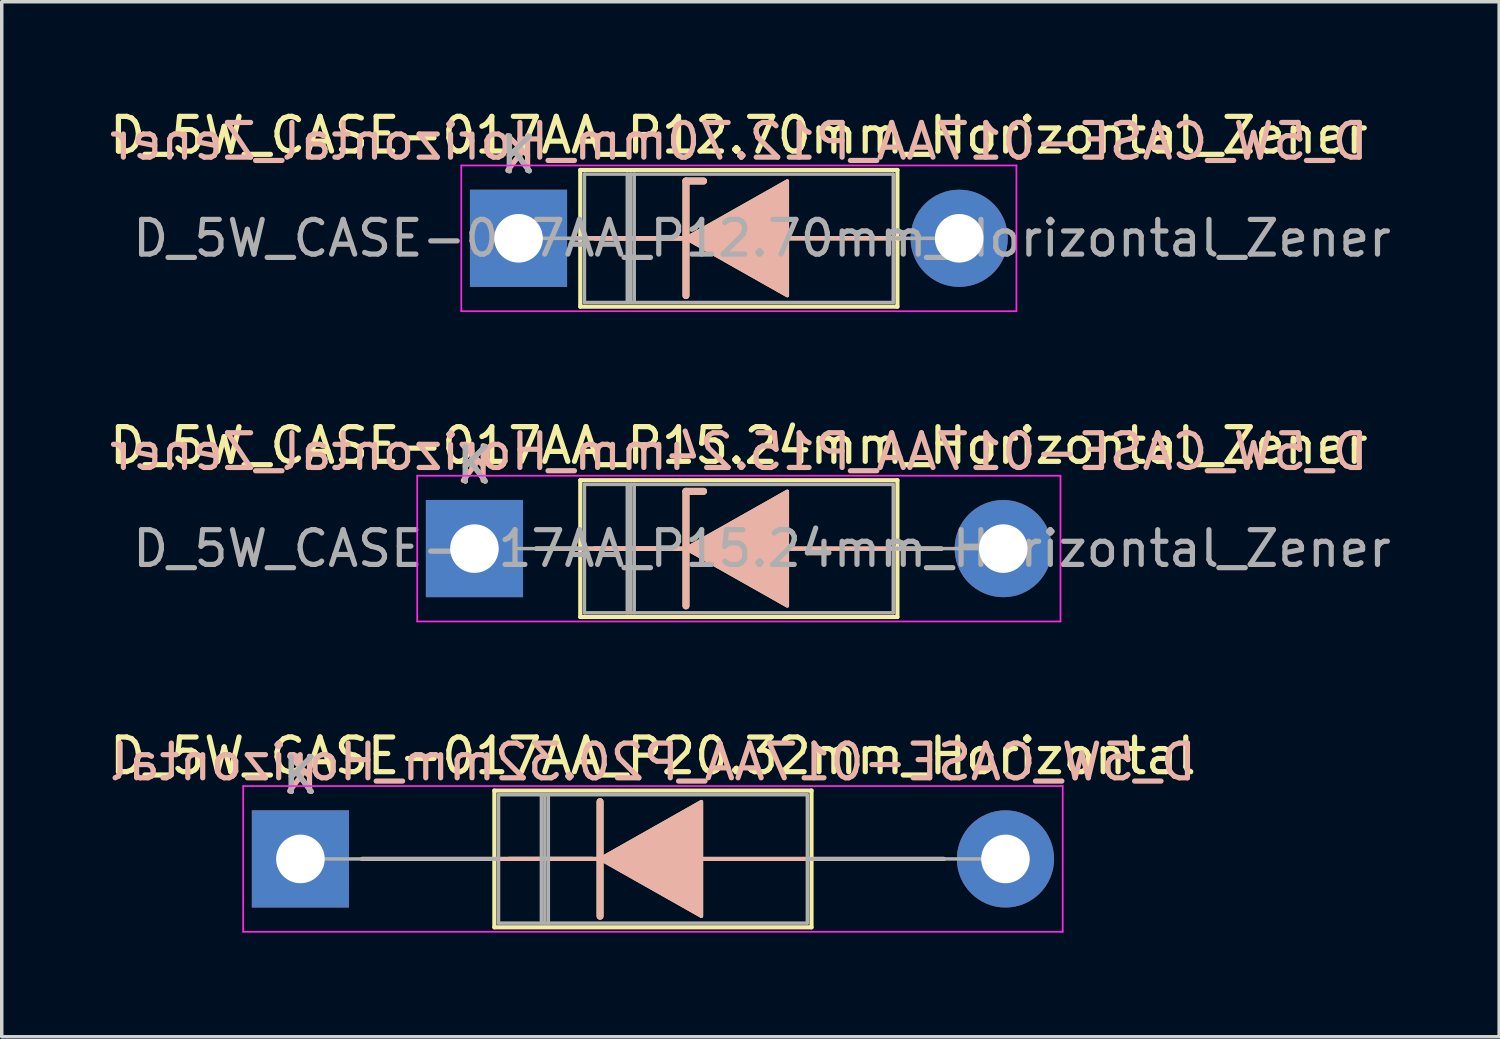
<source format=kicad_pcb>
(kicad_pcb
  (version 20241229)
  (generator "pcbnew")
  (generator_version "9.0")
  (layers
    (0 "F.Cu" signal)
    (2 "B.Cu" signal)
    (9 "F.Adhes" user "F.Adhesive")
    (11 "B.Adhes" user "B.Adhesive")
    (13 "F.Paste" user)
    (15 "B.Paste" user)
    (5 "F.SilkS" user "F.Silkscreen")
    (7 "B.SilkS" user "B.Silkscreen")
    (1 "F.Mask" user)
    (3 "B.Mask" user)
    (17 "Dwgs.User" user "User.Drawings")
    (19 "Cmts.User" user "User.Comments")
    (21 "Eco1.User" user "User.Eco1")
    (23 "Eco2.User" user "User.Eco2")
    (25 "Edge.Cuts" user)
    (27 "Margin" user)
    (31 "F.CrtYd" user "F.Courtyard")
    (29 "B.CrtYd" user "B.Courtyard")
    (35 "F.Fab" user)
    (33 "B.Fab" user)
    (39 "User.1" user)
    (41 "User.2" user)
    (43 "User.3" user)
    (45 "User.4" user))
  (footprint "D_5W_CASE-017AA_P15.24mm_Horizontal_Zener"
    (layer "F.Cu")
    (at 10.624 12.761)
    (property "Reference" "D_5W_CASE-017AA_P15.24mm_Horizontal_Zener" (at 7.62 -2.97 0) (layer "F.SilkS") (effects (font (size 1 1) (thickness 0.15))))
    (fp_line (start 1.778 0) (end 6.096 0) (stroke (width 0.12) (type solid)) (layer "F.SilkS"))
    (fp_line (start 3.05 -1.97) (end 3.05 1.97) (stroke (width 0.12) (type solid)) (layer "F.SilkS"))
    (fp_line (start 3.05 1.97) (end 12.19 1.97) (stroke (width 0.12) (type solid)) (layer "F.SilkS"))
    (fp_line (start 5.87 0) (end 3.47 0) (stroke (width 0.12) (type solid)) (layer "F.SilkS"))
    (fp_line (start 6.096 -1.651) (end 6.096 1.651) (stroke (width 0.2) (type solid)) (layer "F.SilkS"))
    (fp_line (start 6.096 -1.651) (end 6.604 -1.651) (stroke (width 0.2) (type solid)) (layer "F.SilkS"))
    (fp_line (start 12.19 -1.97) (end 3.05 -1.97) (stroke (width 0.12) (type solid)) (layer "F.SilkS"))
    (fp_line (start 12.19 1.97) (end 12.19 -1.97) (stroke (width 0.12) (type solid)) (layer "F.SilkS"))
    (fp_line (start 13.462 0) (end 8.89 0) (stroke (width 0.12) (type solid)) (layer "F.SilkS"))
    (fp_poly (pts (xy 9.017 1.651) (xy 6.096 0) (xy 9.017 -1.651)) (stroke (width 0.1) (type solid)) (fill yes) (layer "F.SilkS"))
    (fp_line (start 1.778 0) (end 6.096 0) (stroke (width 0.12) (type solid)) (layer "B.SilkS"))
    (fp_line (start 5.87 0) (end 3.47 0) (stroke (width 0.12) (type solid)) (layer "B.SilkS"))
    (fp_line (start 6.096 -1.651) (end 6.604 -1.651) (stroke (width 0.2) (type solid)) (layer "B.SilkS"))
    (fp_line (start 6.096 1.651) (end 6.096 -1.651) (stroke (width 0.2) (type solid)) (layer "B.SilkS"))
    (fp_line (start 13.462 0) (end 8.89 0) (stroke (width 0.12) (type solid)) (layer "B.SilkS"))
    (fp_poly (pts (xy 9.017 -1.651) (xy 6.096 0) (xy 9.017 1.651)) (stroke (width 0.1) (type solid)) (fill yes) (layer "B.SilkS"))
    (fp_line (start -1.65 -2.1) (end -1.65 2.1) (stroke (width 0.05) (type solid)) (layer "F.CrtYd"))
    (fp_line (start -1.65 2.1) (end 16.89 2.1) (stroke (width 0.05) (type solid)) (layer "F.CrtYd"))
    (fp_line (start 16.89 -2.1) (end -1.65 -2.1) (stroke (width 0.05) (type solid)) (layer "F.CrtYd"))
    (fp_line (start 16.89 2.1) (end 16.89 -2.1) (stroke (width 0.05) (type solid)) (layer "F.CrtYd"))
    (fp_line (start 1.27 0) (end 3.17 0) (stroke (width 0.1) (type solid)) (layer "F.Fab"))
    (fp_line (start 3.17 -1.85) (end 3.17 1.85) (stroke (width 0.1) (type solid)) (layer "F.Fab"))
    (fp_line (start 3.17 1.85) (end 12.07 1.85) (stroke (width 0.1) (type solid)) (layer "F.Fab"))
    (fp_line (start 4.405 -1.85) (end 4.405 1.85) (stroke (width 0.1) (type solid)) (layer "F.Fab"))
    (fp_line (start 4.505 -1.85) (end 4.505 1.85) (stroke (width 0.1) (type solid)) (layer "F.Fab"))
    (fp_line (start 4.605 -1.85) (end 4.605 1.85) (stroke (width 0.1) (type solid)) (layer "F.Fab"))
    (fp_line (start 12.07 -1.85) (end 3.17 -1.85) (stroke (width 0.1) (type solid)) (layer "F.Fab"))
    (fp_line (start 12.07 1.85) (end 12.07 -1.85) (stroke (width 0.1) (type solid)) (layer "F.Fab"))
    (fp_line (start 15.24 0) (end 12.07 0) (stroke (width 0.1) (type solid)) (layer "F.Fab"))
    (fp_text user "K" (at 0 -2.4 0) (layer "F.SilkS") (effects (font (size 1 1) (thickness 0.15))))
    (fp_text user "${REFERENCE}" (at 7.62 -2.794 0) (layer "B.SilkS") (effects (font (size 1 1) (thickness 0.15)) (justify mirror)))
    (fp_text user "K" (at -0.012 -2.421 0) (layer "B.SilkS") (effects (font (size 1 1) (thickness 0.15)) (justify mirror)))
    (fp_text user "${REFERENCE}" (at 8.287 0 0) (layer "F.Fab") (effects (font (size 1 1) (thickness 0.15))))
    (fp_text user "K" (at 0 -2.4 0) (layer "F.Fab") (effects (font (size 1 1) (thickness 0.15))))
    (pad "1" thru_hole rect (at 0 0) (size 2.8 2.8) (drill 1.4) (layers "*.Cu" "*.Mask"))
    (pad "2" thru_hole oval (at 15.24 0) (size 2.8 2.8) (drill 1.4) (layers "*.Cu" "*.Mask")))
  (footprint "D_5W_CASE-017AA_P12.70mm_Horizontal_Zener"
    (layer "F.Cu")
    (at 11.894 3.818)
    (property "Reference" "D_5W_CASE-017AA_P12.70mm_Horizontal_Zener" (at 6.35 -2.97 0) (layer "F.SilkS") (effects (font (size 1 1) (thickness 0.15))))
    (fp_line (start 1.64 0) (end 1.78 0) (stroke (width 0.12) (type solid)) (layer "F.SilkS"))
    (fp_line (start 1.78 -1.97) (end 1.78 1.97) (stroke (width 0.12) (type solid)) (layer "F.SilkS"))
    (fp_line (start 1.78 0) (end 4.826 0) (stroke (width 0.12) (type solid)) (layer "F.SilkS"))
    (fp_line (start 1.78 1.97) (end 10.92 1.97) (stroke (width 0.12) (type solid)) (layer "F.SilkS"))
    (fp_line (start 4.699 0) (end 2.2 0) (stroke (width 0.12) (type solid)) (layer "F.SilkS"))
    (fp_line (start 4.826 -1.651) (end 4.826 1.651) (stroke (width 0.2) (type solid)) (layer "F.SilkS"))
    (fp_line (start 4.826 -1.651) (end 5.334 -1.651) (stroke (width 0.2) (type solid)) (layer "F.SilkS"))
    (fp_line (start 10.92 -1.97) (end 1.78 -1.97) (stroke (width 0.12) (type solid)) (layer "F.SilkS"))
    (fp_line (start 10.92 0) (end 7.62 0) (stroke (width 0.12) (type solid)) (layer "F.SilkS"))
    (fp_line (start 10.92 1.97) (end 10.92 -1.97) (stroke (width 0.12) (type solid)) (layer "F.SilkS"))
    (fp_line (start 11.06 0) (end 10.92 0) (stroke (width 0.12) (type solid)) (layer "F.SilkS"))
    (fp_poly (pts (xy 7.747 1.651) (xy 4.826 0) (xy 7.747 -1.651)) (stroke (width 0.1) (type solid)) (fill yes) (layer "F.SilkS"))
    (fp_line (start 1.64 0) (end 1.78 0) (stroke (width 0.12) (type solid)) (layer "B.SilkS"))
    (fp_line (start 1.78 0) (end 4.826 0) (stroke (width 0.12) (type solid)) (layer "B.SilkS"))
    (fp_line (start 4.699 0) (end 2.2 0) (stroke (width 0.12) (type solid)) (layer "B.SilkS"))
    (fp_line (start 4.826 -1.651) (end 5.334 -1.651) (stroke (width 0.2) (type solid)) (layer "B.SilkS"))
    (fp_line (start 4.826 1.651) (end 4.826 -1.651) (stroke (width 0.2) (type solid)) (layer "B.SilkS"))
    (fp_line (start 10.92 0) (end 7.62 0) (stroke (width 0.12) (type solid)) (layer "B.SilkS"))
    (fp_line (start 11.06 0) (end 10.92 0) (stroke (width 0.12) (type solid)) (layer "B.SilkS"))
    (fp_poly (pts (xy 7.747 -1.651) (xy 4.826 0) (xy 7.747 1.651)) (stroke (width 0.1) (type solid)) (fill yes) (layer "B.SilkS"))
    (fp_line (start -1.65 -2.1) (end -1.65 2.1) (stroke (width 0.05) (type solid)) (layer "F.CrtYd"))
    (fp_line (start -1.65 2.1) (end 14.35 2.1) (stroke (width 0.05) (type solid)) (layer "F.CrtYd"))
    (fp_line (start 14.35 -2.1) (end -1.65 -2.1) (stroke (width 0.05) (type solid)) (layer "F.CrtYd"))
    (fp_line (start 14.35 2.1) (end 14.35 -2.1) (stroke (width 0.05) (type solid)) (layer "F.CrtYd"))
    (fp_line (start 0 0) (end 1.9 0) (stroke (width 0.1) (type solid)) (layer "F.Fab"))
    (fp_line (start 1.9 -1.85) (end 1.9 1.85) (stroke (width 0.1) (type solid)) (layer "F.Fab"))
    (fp_line (start 1.9 1.85) (end 10.8 1.85) (stroke (width 0.1) (type solid)) (layer "F.Fab"))
    (fp_line (start 3.135 -1.85) (end 3.135 1.85) (stroke (width 0.1) (type solid)) (layer "F.Fab"))
    (fp_line (start 3.235 -1.85) (end 3.235 1.85) (stroke (width 0.1) (type solid)) (layer "F.Fab"))
    (fp_line (start 3.335 -1.85) (end 3.335 1.85) (stroke (width 0.1) (type solid)) (layer "F.Fab"))
    (fp_line (start 10.8 -1.85) (end 1.9 -1.85) (stroke (width 0.1) (type solid)) (layer "F.Fab"))
    (fp_line (start 10.8 1.85) (end 10.8 -1.85) (stroke (width 0.1) (type solid)) (layer "F.Fab"))
    (fp_line (start 12.7 0) (end 10.8 0) (stroke (width 0.1) (type solid)) (layer "F.Fab"))
    (fp_text user "K" (at 0 -2.4 0) (layer "F.SilkS") (effects (font (size 1 1) (thickness 0.15))))
    (fp_text user "${REFERENCE}" (at 6.35 -2.794 0) (layer "B.SilkS") (effects (font (size 1 1) (thickness 0.15)) (justify mirror)))
    (fp_text user "K" (at 0 -2.413 0) (layer "B.SilkS") (effects (font (size 1 1) (thickness 0.15)) (justify mirror)))
    (fp_text user "K" (at 0 -2.4 0) (layer "F.Fab") (effects (font (size 1 1) (thickness 0.15))))
    (fp_text user "${REFERENCE}" (at 7.018 0 0) (layer "F.Fab") (effects (font (size 1 1) (thickness 0.15))))
    (pad "1" thru_hole rect (at 0 0) (size 2.8 2.8) (drill 1.4) (layers "*.Cu" "*.Mask"))
    (pad "2" thru_hole oval (at 12.7 0) (size 2.8 2.8) (drill 1.4) (layers "*.Cu" "*.Mask")))
  (footprint "D_5W_CASE-017AA_P20.32mm_Horizontal"
    (layer "F.Cu")
    (at 5.608 21.705)
    (property "Reference" "D_5W_CASE-017AA_P20.32mm_Horizontal" (at 10.16 -2.97 0) (layer "F.SilkS") (effects (font (size 1 1) (thickness 0.15))))
    (fp_line (start 1.778 0) (end 8.41 0) (stroke (width 0.12) (type solid)) (layer "F.SilkS"))
    (fp_line (start 5.59 -1.97) (end 5.59 1.97) (stroke (width 0.12) (type solid)) (layer "F.SilkS"))
    (fp_line (start 5.59 1.97) (end 14.73 1.97) (stroke (width 0.12) (type solid)) (layer "F.SilkS"))
    (fp_line (start 8.636 -1.651) (end 8.636 1.651) (stroke (width 0.2) (type solid)) (layer "F.SilkS"))
    (fp_line (start 8.636 0) (end 6.01 0) (stroke (width 0.12) (type solid)) (layer "F.SilkS"))
    (fp_line (start 14.73 -1.97) (end 5.59 -1.97) (stroke (width 0.12) (type solid)) (layer "F.SilkS"))
    (fp_line (start 14.73 1.97) (end 14.73 -1.97) (stroke (width 0.12) (type solid)) (layer "F.SilkS"))
    (fp_line (start 18.542 0) (end 11.43 0) (stroke (width 0.12) (type solid)) (layer "F.SilkS"))
    (fp_poly (pts (xy 11.557 1.651) (xy 8.636 0) (xy 11.557 -1.651)) (stroke (width 0.1) (type solid)) (fill yes) (layer "F.SilkS"))
    (fp_line (start 1.778 0) (end 8.41 0) (stroke (width 0.12) (type solid)) (layer "B.SilkS"))
    (fp_line (start 8.636 0) (end 6.01 0) (stroke (width 0.12) (type solid)) (layer "B.SilkS"))
    (fp_line (start 8.636 1.651) (end 8.636 -1.651) (stroke (width 0.2) (type solid)) (layer "B.SilkS"))
    (fp_line (start 18.542 0) (end 11.43 0) (stroke (width 0.12) (type solid)) (layer "B.SilkS"))
    (fp_poly (pts (xy 11.557 -1.651) (xy 8.636 0) (xy 11.557 1.651)) (stroke (width 0.1) (type solid)) (fill yes) (layer "B.SilkS"))
    (fp_line (start -1.65 -2.1) (end -1.65 2.1) (stroke (width 0.05) (type solid)) (layer "F.CrtYd"))
    (fp_line (start -1.65 2.1) (end 21.97 2.1) (stroke (width 0.05) (type solid)) (layer "F.CrtYd"))
    (fp_line (start 21.97 -2.1) (end -1.65 -2.1) (stroke (width 0.05) (type solid)) (layer "F.CrtYd"))
    (fp_line (start 21.97 2.1) (end 21.97 -2.1) (stroke (width 0.05) (type solid)) (layer "F.CrtYd"))
    (fp_line (start 0 0) (end 5.71 0) (stroke (width 0.1) (type solid)) (layer "F.Fab"))
    (fp_line (start 5.71 -1.85) (end 5.71 1.85) (stroke (width 0.1) (type solid)) (layer "F.Fab"))
    (fp_line (start 5.71 1.85) (end 14.61 1.85) (stroke (width 0.1) (type solid)) (layer "F.Fab"))
    (fp_line (start 6.945 -1.85) (end 6.945 1.85) (stroke (width 0.1) (type solid)) (layer "F.Fab"))
    (fp_line (start 7.045 -1.85) (end 7.045 1.85) (stroke (width 0.1) (type solid)) (layer "F.Fab"))
    (fp_line (start 7.145 -1.85) (end 7.145 1.85) (stroke (width 0.1) (type solid)) (layer "F.Fab"))
    (fp_line (start 14.61 -1.85) (end 5.71 -1.85) (stroke (width 0.1) (type solid)) (layer "F.Fab"))
    (fp_line (start 14.61 1.85) (end 14.61 -1.85) (stroke (width 0.1) (type solid)) (layer "F.Fab"))
    (fp_line (start 20.32 0) (end 14.61 0) (stroke (width 0.1) (type solid)) (layer "F.Fab"))
    (fp_text user "K" (at 0 -2.4 0) (layer "F.SilkS") (effects (font (size 1 1) (thickness 0.15))))
    (fp_text user "${REFERENCE}" (at 10.16 -2.794 0) (layer "B.SilkS") (effects (font (size 1 1) (thickness 0.15)) (justify mirror)))
    (fp_text user "K" (at 0 -2.413 0) (layer "B.SilkS") (effects (font (size 1 1) (thickness 0.15)) (justify mirror)))
    (fp_text user "K" (at 0 -2.4 0) (layer "F.Fab") (effects (font (size 1 1) (thickness 0.15))))
    (pad "1" thru_hole rect (at 0 0) (size 2.8 2.8) (drill 1.4) (layers "*.Cu" "*.Mask"))
    (pad "2" thru_hole oval (at 20.32 0) (size 2.8 2.8) (drill 1.4) (layers "*.Cu" "*.Mask")))
  (gr_rect
    (start -3 -3)
    (end 40.156 26.83)
    (stroke (width 0.1) (type default))
    (fill no)
    (layer "Edge.Cuts")))
</source>
